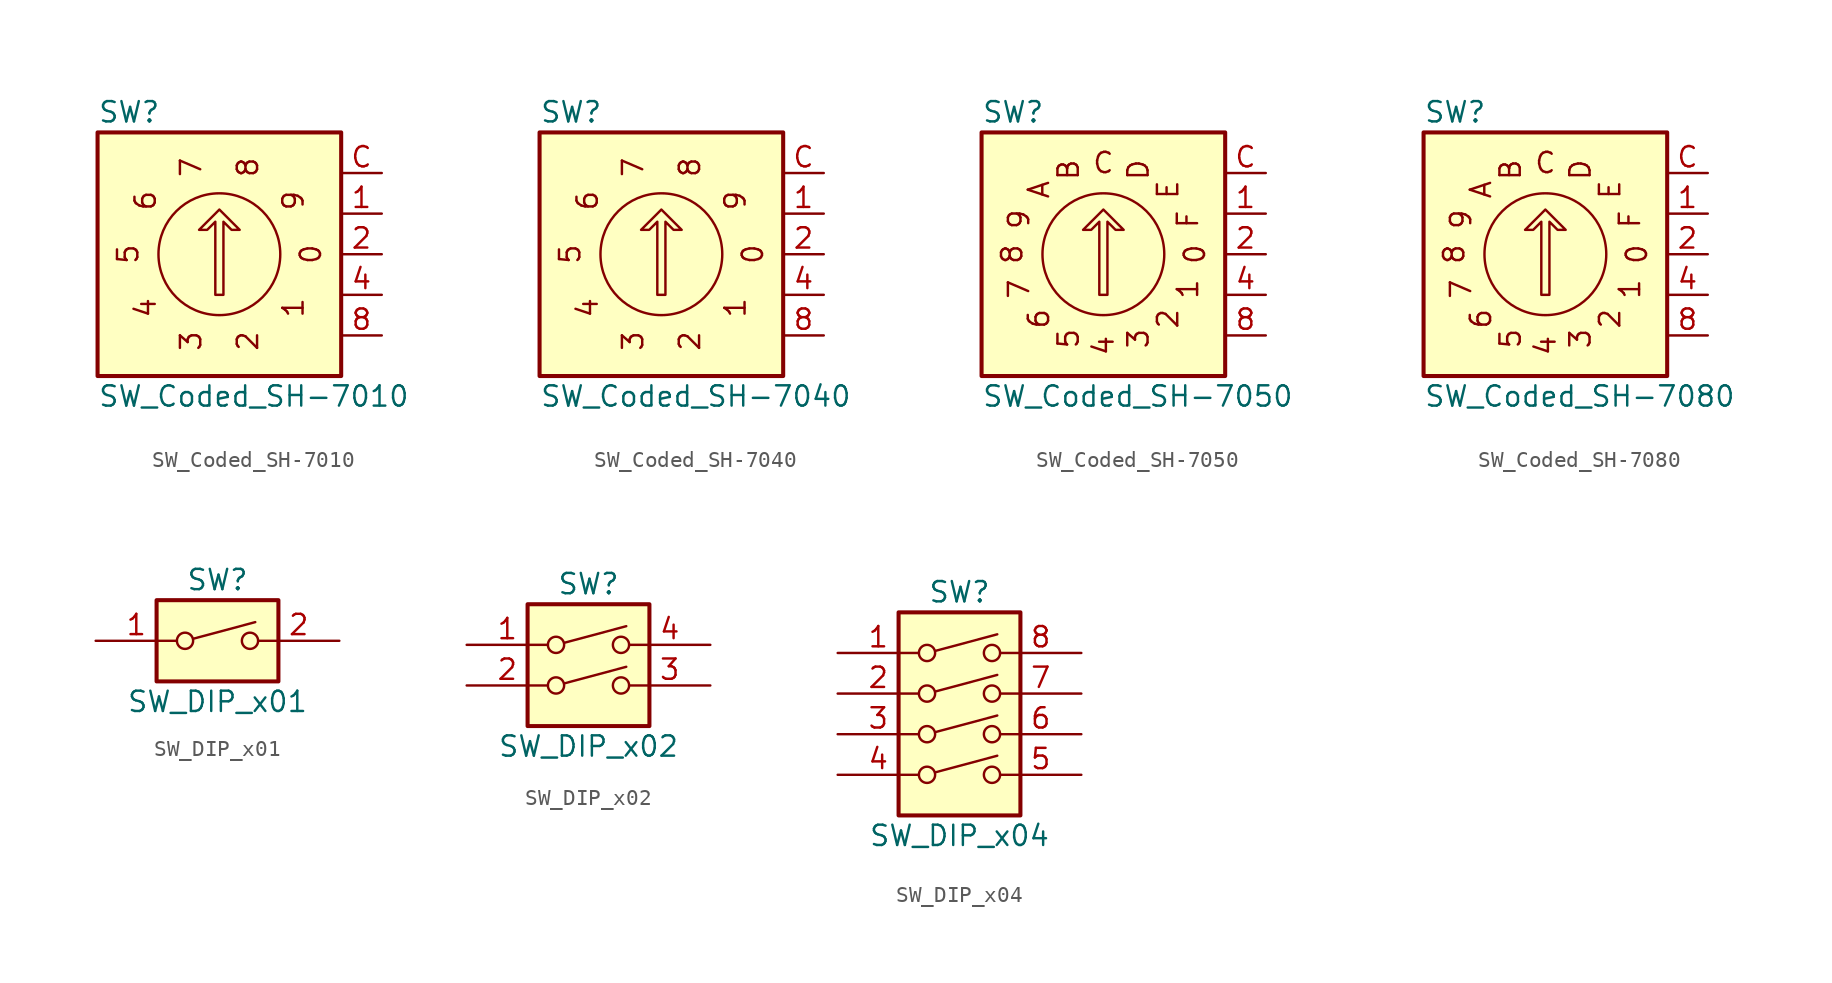
<source format=kicad_sym>
(kicad_symbol_lib
  (version 20231120)
  (generator "kicad_symbol_editor")
  (generator_version "8.0")
  (symbol "SW_Coded_SH-7010"
    (pin_names hide)
    (property "Reference" "SW"
      (at -7.62 8.89 0)
      (effects (font (size 1.27 1.27)) (justify left)))
    (property "Value" "SW_Coded_SH-7010"
      (at -7.62 -8.89 0)
      (effects (font (size 1.27 1.27)) (justify left)))
    (symbol "SW_Coded_SH-7010_0_0"
      (text "0" (at 5.715 0 2700) (effects (font (size 1.27 1.27))))
      (text "1" (at 4.623 -3.353 2340) (effects (font (size 1.27 1.27))))
      (text "2" (at 1.778 -5.436 1980) (effects (font (size 1.27 1.27))))
      (text "3" (at -1.778 -5.436 1620) (effects (font (size 1.27 1.27))))
      (text "4" (at -4.623 -3.353 1260) (effects (font (size 1.27 1.27))))
      (text "5" (at -5.715 0 900) (effects (font (size 1.27 1.27))))
      (text "6" (at -4.623 3.353 540) (effects (font (size 1.27 1.27))))
      (text "7" (at -1.778 5.436 180) (effects (font (size 1.27 1.27))))
      (text "8" (at 1.778 5.436 3420) (effects (font (size 1.27 1.27))))
      (text "9" (at 4.623 3.353 3060) (effects (font (size 1.27 1.27)))))
    (symbol "SW_Coded_SH-7010_0_1"
      (polyline (pts (xy -0.254 -2.54) (xy -0.254 2.032) (xy -0.762 1.524) (xy -1.27 1.524) (xy 0 2.794) (xy 1.27 1.524) (xy 0.762 1.524) (xy 0.254 2.032) (xy 0.254 -2.54) (xy -0.254 -2.54) (xy -0.254 -2.54)) (stroke (width 0) (type default)) (fill (type none)))
      (circle (center 0 0) (radius 3.81) (stroke (width 0) (type default)) (fill (type none)))
      (rectangle (start 7.62 7.62) (end -7.62 -7.62) (stroke (width 0.254) (type default)) (fill (type background))))
    (symbol "SW_Coded_SH-7010_1_1"
      (pin passive line (at 10.16 2.54 180) (length 2.54) (name "1" (effects (font (size 1.27 1.27)))) (number "1" (effects (font (size 1.27 1.27)))))
      (pin passive line (at 10.16 0 180) (length 2.54) (name "2" (effects (font (size 1.27 1.27)))) (number "2" (effects (font (size 1.27 1.27)))))
      (pin passive line (at 10.16 -2.54 180) (length 2.54) (name "4" (effects (font (size 1.27 1.27)))) (number "4" (effects (font (size 1.27 1.27)))))
      (pin passive line (at 10.16 -5.08 180) (length 2.54) (name "8" (effects (font (size 1.27 1.27)))) (number "8" (effects (font (size 1.27 1.27)))))
      (pin passive line (at 10.16 5.08 180) (length 2.54) (name "C" (effects (font (size 1.27 1.27)))) (number "C" (effects (font (size 1.27 1.27)))))))
  (symbol "SW_Coded_SH-7040"
    (pin_names hide)
    (property "Reference" "SW"
      (at -7.62 8.89 0)
      (effects (font (size 1.27 1.27)) (justify left)))
    (property "Value" "SW_Coded_SH-7040"
      (at -7.62 -8.89 0)
      (effects (font (size 1.27 1.27)) (justify left)))
    (symbol "SW_Coded_SH-7040_0_0"
      (text "0" (at 5.715 0 2700) (effects (font (size 1.27 1.27))))
      (text "1" (at 4.623 -3.353 2340) (effects (font (size 1.27 1.27))))
      (text "2" (at 1.778 -5.436 1980) (effects (font (size 1.27 1.27))))
      (text "3" (at -1.778 -5.436 1620) (effects (font (size 1.27 1.27))))
      (text "4" (at -4.623 -3.353 1260) (effects (font (size 1.27 1.27))))
      (text "5" (at -5.715 0 900) (effects (font (size 1.27 1.27))))
      (text "6" (at -4.623 3.353 540) (effects (font (size 1.27 1.27))))
      (text "7" (at -1.778 5.436 180) (effects (font (size 1.27 1.27))))
      (text "8" (at 1.778 5.436 3420) (effects (font (size 1.27 1.27))))
      (text "9" (at 4.623 3.353 3060) (effects (font (size 1.27 1.27)))))
    (symbol "SW_Coded_SH-7040_0_1"
      (polyline (pts (xy -0.254 -2.54) (xy -0.254 2.032) (xy -0.762 1.524) (xy -1.27 1.524) (xy 0 2.794) (xy 1.27 1.524) (xy 0.762 1.524) (xy 0.254 2.032) (xy 0.254 -2.54) (xy -0.254 -2.54) (xy -0.254 -2.54)) (stroke (width 0) (type default)) (fill (type none)))
      (circle (center 0 0) (radius 3.81) (stroke (width 0) (type default)) (fill (type none)))
      (rectangle (start 7.62 7.62) (end -7.62 -7.62) (stroke (width 0.254) (type default)) (fill (type background))))
    (symbol "SW_Coded_SH-7040_1_1"
      (pin passive line (at 10.16 2.54 180) (length 2.54) (name "1" (effects (font (size 1.27 1.27)))) (number "1" (effects (font (size 1.27 1.27)))))
      (pin passive line (at 10.16 0 180) (length 2.54) (name "2" (effects (font (size 1.27 1.27)))) (number "2" (effects (font (size 1.27 1.27)))))
      (pin passive line (at 10.16 -2.54 180) (length 2.54) (name "4" (effects (font (size 1.27 1.27)))) (number "4" (effects (font (size 1.27 1.27)))))
      (pin passive line (at 10.16 -5.08 180) (length 2.54) (name "8" (effects (font (size 1.27 1.27)))) (number "8" (effects (font (size 1.27 1.27)))))
      (pin passive line (at 10.16 5.08 180) (length 2.54) (name "C" (effects (font (size 1.27 1.27)))) (number "C" (effects (font (size 1.27 1.27)))))))
  (symbol "SW_Coded_SH-7050"
    (pin_names hide)
    (property "Reference" "SW"
      (at -7.62 8.89 0)
      (effects (font (size 1.27 1.27)) (justify left)))
    (property "Value" "SW_Coded_SH-7050"
      (at -7.62 -8.89 0)
      (effects (font (size 1.27 1.27)) (justify left)))
    (symbol "SW_Coded_SH-7050_0_0"
      (text "0" (at 5.715 0 2700) (effects (font (size 1.27 1.27))))
      (text "1" (at 5.283 -2.184 2475) (effects (font (size 1.27 1.27))))
      (text "2" (at 4.039 -4.039 2250) (effects (font (size 1.27 1.27))))
      (text "3" (at 2.184 -5.283 2025) (effects (font (size 1.27 1.27))))
      (text "4" (at 0 -5.715 1800) (effects (font (size 1.27 1.27))))
      (text "5" (at -2.184 -5.283 1575) (effects (font (size 1.27 1.27))))
      (text "6" (at -4.039 -4.039 1350) (effects (font (size 1.27 1.27))))
      (text "7" (at -5.283 -2.184 1125) (effects (font (size 1.27 1.27))))
      (text "8" (at -5.715 0 900) (effects (font (size 1.27 1.27))))
      (text "9" (at -5.283 2.184 675) (effects (font (size 1.27 1.27))))
      (text "A" (at -4.039 4.039 450) (effects (font (size 1.27 1.27))))
      (text "B" (at -2.184 5.283 225) (effects (font (size 1.27 1.27))))
      (text "C" (at 0 5.715 0) (effects (font (size 1.27 1.27))))
      (text "D" (at 2.184 5.283 3375) (effects (font (size 1.27 1.27))))
      (text "E" (at 4.039 4.039 3150) (effects (font (size 1.27 1.27))))
      (text "F" (at 5.283 2.184 2925) (effects (font (size 1.27 1.27)))))
    (symbol "SW_Coded_SH-7050_0_1"
      (polyline (pts (xy -0.254 -2.54) (xy -0.254 2.032) (xy -0.762 1.524) (xy -1.27 1.524) (xy 0 2.794) (xy 1.27 1.524) (xy 0.762 1.524) (xy 0.254 2.032) (xy 0.254 -2.54) (xy -0.254 -2.54) (xy -0.254 -2.54)) (stroke (width 0) (type default)) (fill (type none)))
      (circle (center 0 0) (radius 3.81) (stroke (width 0) (type default)) (fill (type none)))
      (rectangle (start 7.62 7.62) (end -7.62 -7.62) (stroke (width 0.254) (type default)) (fill (type background))))
    (symbol "SW_Coded_SH-7050_1_1"
      (pin passive line (at 10.16 2.54 180) (length 2.54) (name "1" (effects (font (size 1.27 1.27)))) (number "1" (effects (font (size 1.27 1.27)))))
      (pin passive line (at 10.16 0 180) (length 2.54) (name "2" (effects (font (size 1.27 1.27)))) (number "2" (effects (font (size 1.27 1.27)))))
      (pin passive line (at 10.16 -2.54 180) (length 2.54) (name "4" (effects (font (size 1.27 1.27)))) (number "4" (effects (font (size 1.27 1.27)))))
      (pin passive line (at 10.16 -5.08 180) (length 2.54) (name "8" (effects (font (size 1.27 1.27)))) (number "8" (effects (font (size 1.27 1.27)))))
      (pin passive line (at 10.16 5.08 180) (length 2.54) (name "C" (effects (font (size 1.27 1.27)))) (number "C" (effects (font (size 1.27 1.27)))))))
  (symbol "SW_Coded_SH-7080"
    (pin_names hide)
    (property "Reference" "SW"
      (at -7.62 8.89 0)
      (effects (font (size 1.27 1.27)) (justify left)))
    (property "Value" "SW_Coded_SH-7080"
      (at -7.62 -8.89 0)
      (effects (font (size 1.27 1.27)) (justify left)))
    (symbol "SW_Coded_SH-7080_0_0"
      (text "0" (at 5.715 0 2700) (effects (font (size 1.27 1.27))))
      (text "1" (at 5.283 -2.184 2475) (effects (font (size 1.27 1.27))))
      (text "2" (at 4.039 -4.039 2250) (effects (font (size 1.27 1.27))))
      (text "3" (at 2.184 -5.283 2025) (effects (font (size 1.27 1.27))))
      (text "4" (at 0 -5.715 1800) (effects (font (size 1.27 1.27))))
      (text "5" (at -2.184 -5.283 1575) (effects (font (size 1.27 1.27))))
      (text "6" (at -4.039 -4.039 1350) (effects (font (size 1.27 1.27))))
      (text "7" (at -5.283 -2.184 1125) (effects (font (size 1.27 1.27))))
      (text "8" (at -5.715 0 900) (effects (font (size 1.27 1.27))))
      (text "9" (at -5.283 2.184 675) (effects (font (size 1.27 1.27))))
      (text "A" (at -4.039 4.039 450) (effects (font (size 1.27 1.27))))
      (text "B" (at -2.184 5.283 225) (effects (font (size 1.27 1.27))))
      (text "C" (at 0 5.715 0) (effects (font (size 1.27 1.27))))
      (text "D" (at 2.184 5.283 3375) (effects (font (size 1.27 1.27))))
      (text "E" (at 4.039 4.039 3150) (effects (font (size 1.27 1.27))))
      (text "F" (at 5.283 2.184 2925) (effects (font (size 1.27 1.27)))))
    (symbol "SW_Coded_SH-7080_0_1"
      (polyline (pts (xy -0.254 -2.54) (xy -0.254 2.032) (xy -0.762 1.524) (xy -1.27 1.524) (xy 0 2.794) (xy 1.27 1.524) (xy 0.762 1.524) (xy 0.254 2.032) (xy 0.254 -2.54) (xy -0.254 -2.54) (xy -0.254 -2.54)) (stroke (width 0) (type default)) (fill (type none)))
      (circle (center 0 0) (radius 3.81) (stroke (width 0) (type default)) (fill (type none)))
      (rectangle (start 7.62 7.62) (end -7.62 -7.62) (stroke (width 0.254) (type default)) (fill (type background))))
    (symbol "SW_Coded_SH-7080_1_1"
      (pin passive line (at 10.16 2.54 180) (length 2.54) (name "1" (effects (font (size 1.27 1.27)))) (number "1" (effects (font (size 1.27 1.27)))))
      (pin passive line (at 10.16 0 180) (length 2.54) (name "2" (effects (font (size 1.27 1.27)))) (number "2" (effects (font (size 1.27 1.27)))))
      (pin passive line (at 10.16 -2.54 180) (length 2.54) (name "4" (effects (font (size 1.27 1.27)))) (number "4" (effects (font (size 1.27 1.27)))))
      (pin passive line (at 10.16 -5.08 180) (length 2.54) (name "8" (effects (font (size 1.27 1.27)))) (number "8" (effects (font (size 1.27 1.27)))))
      (pin passive line (at 10.16 5.08 180) (length 2.54) (name "C" (effects (font (size 1.27 1.27)))) (number "C" (effects (font (size 1.27 1.27)))))))
  (symbol "SW_DIP_x01"
    (pin_names
      (offset 0) hide)
    (property "Reference" "SW"
      (at 0 3.81 0)
      (effects (font (size 1.27 1.27))))
    (property "Value" "SW_DIP_x01"
      (at 0 -3.81 0)
      (effects (font (size 1.27 1.27))))
    (symbol "SW_DIP_x01_0_0"
      (circle (center -2.032 0) (radius 0.508) (stroke (width 0) (type default)) (fill (type none)))
      (polyline (pts (xy -1.524 0.127) (xy 2.362 1.168)) (stroke (width 0) (type default)) (fill (type none)))
      (circle (center 2.032 0) (radius 0.508) (stroke (width 0) (type default)) (fill (type none))))
    (symbol "SW_DIP_x01_0_1"
      (rectangle (start -3.81 2.54) (end 3.81 -2.54) (stroke (width 0.254) (type default)) (fill (type background))))
    (symbol "SW_DIP_x01_1_1"
      (pin passive line (at -7.62 0 0) (length 5.08) (name "~" (effects (font (size 1.27 1.27)))) (number "1" (effects (font (size 1.27 1.27)))))
      (pin passive line (at 7.62 0 180) (length 5.08) (name "~" (effects (font (size 1.27 1.27)))) (number "2" (effects (font (size 1.27 1.27)))))))
  (symbol "SW_DIP_x02"
    (pin_names
      (offset 0) hide)
    (property "Reference" "SW"
      (at 0 6.35 0)
      (effects (font (size 1.27 1.27))))
    (property "Value" "SW_DIP_x02"
      (at 0 -3.81 0)
      (effects (font (size 1.27 1.27))))
    (symbol "SW_DIP_x02_0_0"
      (circle (center -2.032 0) (radius 0.508) (stroke (width 0) (type default)) (fill (type none)))
      (circle (center -2.032 2.54) (radius 0.508) (stroke (width 0) (type default)) (fill (type none)))
      (polyline (pts (xy -1.524 0.127) (xy 2.362 1.168)) (stroke (width 0) (type default)) (fill (type none)))
      (polyline (pts (xy -1.524 2.667) (xy 2.362 3.708)) (stroke (width 0) (type default)) (fill (type none)))
      (circle (center 2.032 0) (radius 0.508) (stroke (width 0) (type default)) (fill (type none)))
      (circle (center 2.032 2.54) (radius 0.508) (stroke (width 0) (type default)) (fill (type none))))
    (symbol "SW_DIP_x02_0_1"
      (rectangle (start -3.81 5.08) (end 3.81 -2.54) (stroke (width 0.254) (type default)) (fill (type background))))
    (symbol "SW_DIP_x02_1_1"
      (pin passive line (at -7.62 2.54 0) (length 5.08) (name "~" (effects (font (size 1.27 1.27)))) (number "1" (effects (font (size 1.27 1.27)))))
      (pin passive line (at -7.62 0 0) (length 5.08) (name "~" (effects (font (size 1.27 1.27)))) (number "2" (effects (font (size 1.27 1.27)))))
      (pin passive line (at 7.62 0 180) (length 5.08) (name "~" (effects (font (size 1.27 1.27)))) (number "3" (effects (font (size 1.27 1.27)))))
      (pin passive line (at 7.62 2.54 180) (length 5.08) (name "~" (effects (font (size 1.27 1.27)))) (number "4" (effects (font (size 1.27 1.27)))))))
  (symbol "SW_DIP_x04"
    (pin_names
      (offset 0) hide)
    (property "Reference" "SW"
      (at 0 8.89 0)
      (effects (font (size 1.27 1.27))))
    (property "Value" "SW_DIP_x04"
      (at 0 -6.35 0)
      (effects (font (size 1.27 1.27))))
    (symbol "SW_DIP_x04_0_0"
      (circle (center -2.032 -2.54) (radius 0.508) (stroke (width 0) (type default)) (fill (type none)))
      (circle (center -2.032 0) (radius 0.508) (stroke (width 0) (type default)) (fill (type none)))
      (circle (center -2.032 2.54) (radius 0.508) (stroke (width 0) (type default)) (fill (type none)))
      (circle (center -2.032 5.08) (radius 0.508) (stroke (width 0) (type default)) (fill (type none)))
      (polyline (pts (xy -1.524 -2.388) (xy 2.362 -1.346)) (stroke (width 0) (type default)) (fill (type none)))
      (polyline (pts (xy -1.524 0.127) (xy 2.362 1.168)) (stroke (width 0) (type default)) (fill (type none)))
      (polyline (pts (xy -1.524 2.667) (xy 2.362 3.708)) (stroke (width 0) (type default)) (fill (type none)))
      (polyline (pts (xy -1.524 5.207) (xy 2.362 6.248)) (stroke (width 0) (type default)) (fill (type none)))
      (circle (center 2.032 -2.54) (radius 0.508) (stroke (width 0) (type default)) (fill (type none)))
      (circle (center 2.032 0) (radius 0.508) (stroke (width 0) (type default)) (fill (type none)))
      (circle (center 2.032 2.54) (radius 0.508) (stroke (width 0) (type default)) (fill (type none)))
      (circle (center 2.032 5.08) (radius 0.508) (stroke (width 0) (type default)) (fill (type none))))
    (symbol "SW_DIP_x04_0_1"
      (rectangle (start -3.81 7.62) (end 3.81 -5.08) (stroke (width 0.254) (type default)) (fill (type background))))
    (symbol "SW_DIP_x04_1_1"
      (pin passive line (at -7.62 5.08 0) (length 5.08) (name "~" (effects (font (size 1.27 1.27)))) (number "1" (effects (font (size 1.27 1.27)))))
      (pin passive line (at -7.62 2.54 0) (length 5.08) (name "~" (effects (font (size 1.27 1.27)))) (number "2" (effects (font (size 1.27 1.27)))))
      (pin passive line (at -7.62 0 0) (length 5.08) (name "~" (effects (font (size 1.27 1.27)))) (number "3" (effects (font (size 1.27 1.27)))))
      (pin passive line (at -7.62 -2.54 0) (length 5.08) (name "~" (effects (font (size 1.27 1.27)))) (number "4" (effects (font (size 1.27 1.27)))))
      (pin passive line (at 7.62 -2.54 180) (length 5.08) (name "~" (effects (font (size 1.27 1.27)))) (number "5" (effects (font (size 1.27 1.27)))))
      (pin passive line (at 7.62 0 180) (length 5.08) (name "~" (effects (font (size 1.27 1.27)))) (number "6" (effects (font (size 1.27 1.27)))))
      (pin passive line (at 7.62 2.54 180) (length 5.08) (name "~" (effects (font (size 1.27 1.27)))) (number "7" (effects (font (size 1.27 1.27)))))
      (pin passive line (at 7.62 5.08 180) (length 5.08) (name "~" (effects (font (size 1.27 1.27)))) (number "8" (effects (font (size 1.27 1.27))))))))
</source>
